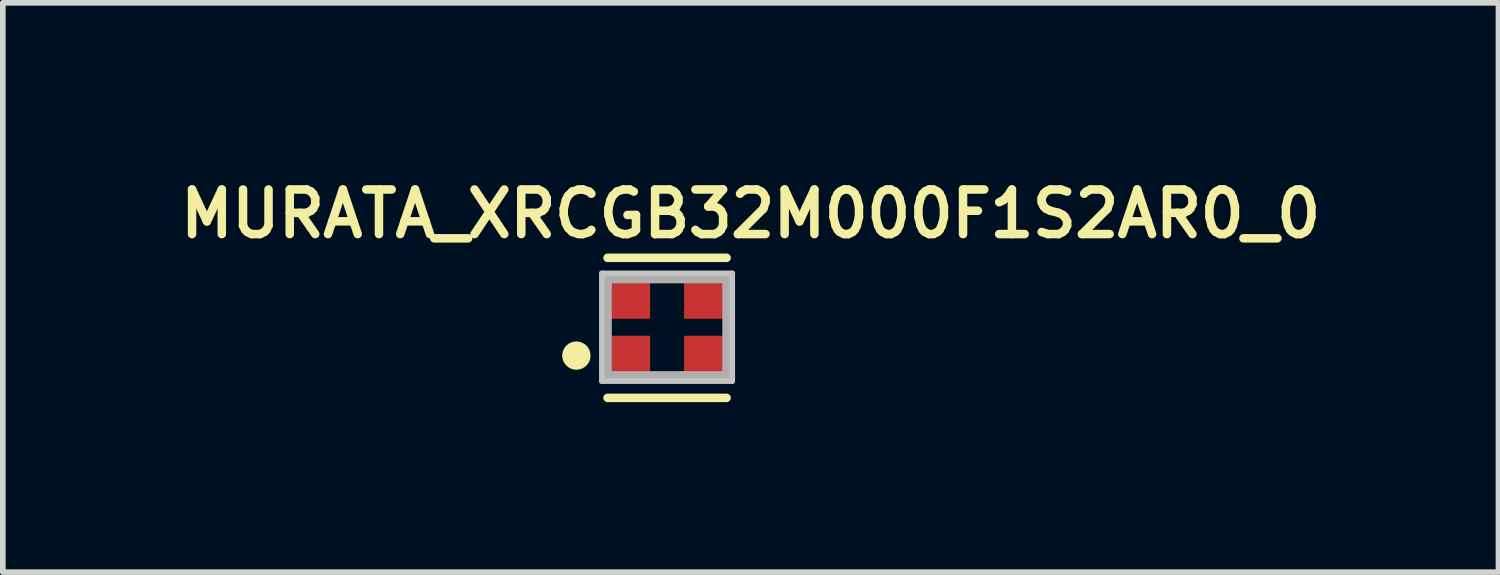
<source format=kicad_pcb>
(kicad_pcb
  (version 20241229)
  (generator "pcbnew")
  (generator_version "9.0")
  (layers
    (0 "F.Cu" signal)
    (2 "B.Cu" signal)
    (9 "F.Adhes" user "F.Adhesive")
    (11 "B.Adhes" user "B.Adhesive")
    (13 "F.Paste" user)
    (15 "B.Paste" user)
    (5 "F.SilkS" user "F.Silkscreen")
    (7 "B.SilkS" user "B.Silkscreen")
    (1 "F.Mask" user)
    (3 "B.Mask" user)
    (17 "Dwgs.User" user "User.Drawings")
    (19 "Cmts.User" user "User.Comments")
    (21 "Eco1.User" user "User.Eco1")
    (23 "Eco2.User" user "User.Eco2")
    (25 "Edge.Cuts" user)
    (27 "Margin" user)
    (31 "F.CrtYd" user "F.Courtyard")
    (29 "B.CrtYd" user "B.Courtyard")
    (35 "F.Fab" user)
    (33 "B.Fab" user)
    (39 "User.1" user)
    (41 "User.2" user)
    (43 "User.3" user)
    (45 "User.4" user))
  (footprint "MURATA_XRCGB32M000F1S2AR0_0"
    (layer "F.Cu")
    (at 8.72 2.724)
    (property "Reference" "MURATA_XRCGB32M000F1S2AR0_0" (at 1.475 -2 0) (layer "F.SilkS") (effects (font (size 0.787 0.787) (thickness 0.15))))
    (attr smd)
    (fp_line (start -1.05 -1.225) (end 1.05 -1.225) (stroke (width 0.15) (type solid)) (layer "F.SilkS"))
    (fp_line (start -1.05 1.246) (end 1.05 1.246) (stroke (width 0.15) (type solid)) (layer "F.SilkS"))
    (fp_circle (center -1.6 0.5) (end -1.35 0.5) (stroke (width 0) (type solid)) (fill yes) (layer "F.SilkS"))
    (fp_line (start -1.15 -0.95) (end 1.15 -0.95) (stroke (width 0.1) (type solid)) (layer "Dwgs.User"))
    (fp_line (start -1.15 0.95) (end -1.15 -0.95) (stroke (width 0.1) (type solid)) (layer "Dwgs.User"))
    (fp_line (start 1.15 -0.95) (end 1.15 0.95) (stroke (width 0.1) (type solid)) (layer "Dwgs.User"))
    (fp_line (start 1.15 0.95) (end -1.15 0.95) (stroke (width 0.1) (type solid)) (layer "Dwgs.User"))
    (fp_line (start -1.05 -0.85) (end 1.05 -0.85) (stroke (width 0.15) (type solid)) (layer "F.Fab"))
    (fp_line (start -1.05 0.85) (end -1.05 -0.85) (stroke (width 0.15) (type solid)) (layer "F.Fab"))
    (fp_line (start 1.05 -0.85) (end 1.05 0.85) (stroke (width 0.15) (type solid)) (layer "F.Fab"))
    (fp_line (start 1.05 0.85) (end -1.05 0.85) (stroke (width 0.15) (type solid)) (layer "F.Fab"))
    (pad "1" smd rect (at -0.675 0.5) (size 0.75 0.7) (layers "F.Cu" "F.Mask" "F.Paste"))
    (pad "2" smd rect (at 0.675 0.5) (size 0.75 0.7) (layers "F.Cu" "F.Mask" "F.Paste"))
    (pad "3" smd rect (at 0.675 -0.5) (size 0.75 0.7) (layers "F.Cu" "F.Mask" "F.Paste"))
    (pad "4" smd rect (at -0.675 -0.5) (size 0.75 0.7) (layers "F.Cu" "F.Mask" "F.Paste")))
  (gr_rect
    (start -3 -3)
    (end 23.39 7.045)
    (stroke (width 0.1) (type default))
    (fill no)
    (layer "Edge.Cuts")))
</source>
